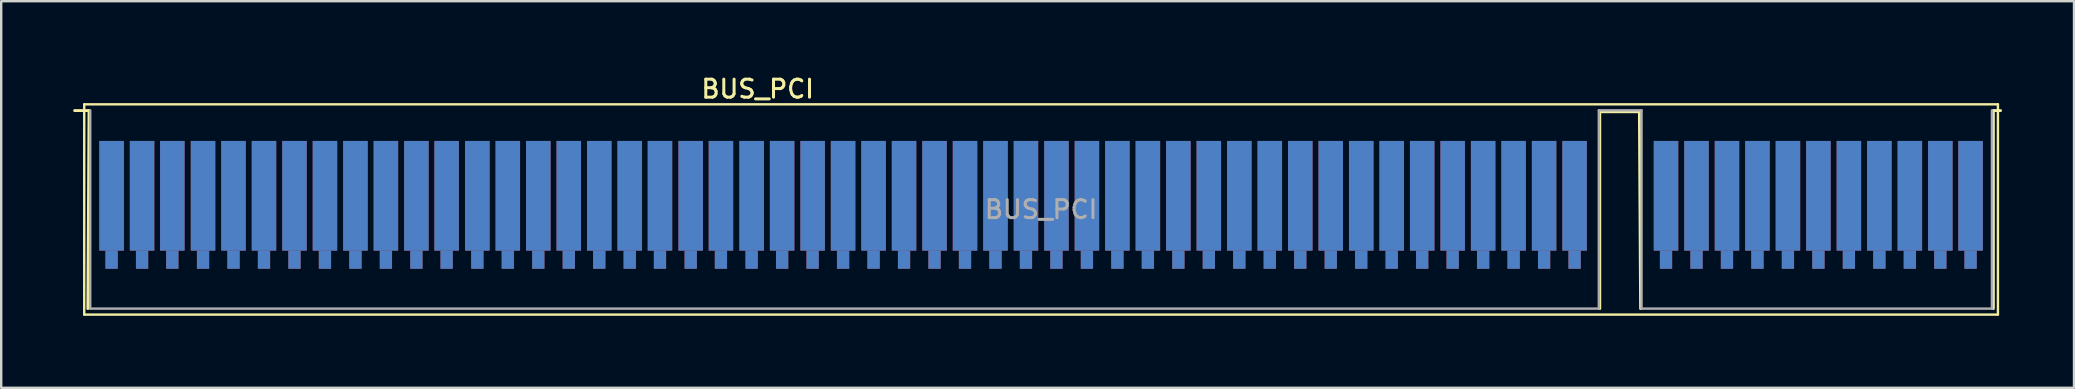
<source format=kicad_pcb>
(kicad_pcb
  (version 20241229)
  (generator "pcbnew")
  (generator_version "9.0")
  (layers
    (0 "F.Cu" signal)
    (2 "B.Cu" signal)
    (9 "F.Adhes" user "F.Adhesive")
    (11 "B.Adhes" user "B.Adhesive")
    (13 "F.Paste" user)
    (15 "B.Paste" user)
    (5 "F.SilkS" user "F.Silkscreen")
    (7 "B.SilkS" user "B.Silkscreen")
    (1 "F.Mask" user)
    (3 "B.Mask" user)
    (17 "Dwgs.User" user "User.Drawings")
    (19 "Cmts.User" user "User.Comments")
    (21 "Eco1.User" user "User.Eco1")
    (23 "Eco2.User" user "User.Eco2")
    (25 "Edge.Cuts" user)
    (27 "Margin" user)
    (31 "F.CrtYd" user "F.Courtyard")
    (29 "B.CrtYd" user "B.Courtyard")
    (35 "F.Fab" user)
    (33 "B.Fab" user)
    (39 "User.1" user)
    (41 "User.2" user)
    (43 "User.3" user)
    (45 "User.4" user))
  (footprint "BUS_PCI"
    (layer "F.Cu")
    (at 40.33 6.438)
    (property "Reference" "BUS_PCI" (at -11.81 -5.78 0) (layer "F.SilkS") (effects (font (size 0.75 0.75) (thickness 0.125))))
    (attr exclude_from_pos_files exclude_from_bom)
    (fp_line (start -40.27 -4.88) (end -39.67 -4.88) (stroke (width 0.12) (type solid)) (layer "F.SilkS"))
    (fp_line (start -39.87 -5.14) (end -39.87 3.62) (stroke (width 0.1) (type solid)) (layer "F.SilkS"))
    (fp_line (start -39.87 -5.14) (end 39.87 -5.14) (stroke (width 0.1) (type solid)) (layer "F.SilkS"))
    (fp_line (start -39.67 -4.88) (end -39.72 3.37) (stroke (width 0.12) (type solid)) (layer "F.SilkS"))
    (fp_line (start 23.28 -4.83) (end 24.93 -4.83) (stroke (width 0.12) (type solid)) (layer "F.SilkS"))
    (fp_line (start 23.28 3.37) (end 23.28 -4.83) (stroke (width 0.12) (type solid)) (layer "F.SilkS"))
    (fp_line (start 24.93 -4.83) (end 24.98 3.37) (stroke (width 0.12) (type solid)) (layer "F.SilkS"))
    (fp_line (start 39.68 -4.88) (end 39.98 -4.88) (stroke (width 0.12) (type solid)) (layer "F.SilkS"))
    (fp_line (start 39.68 3.37) (end 39.68 -4.88) (stroke (width 0.12) (type solid)) (layer "F.SilkS"))
    (fp_line (start 39.87 3.62) (end -39.87 3.62) (stroke (width 0.1) (type solid)) (layer "F.SilkS"))
    (fp_line (start 39.87 3.62) (end 39.87 -5.14) (stroke (width 0.1) (type solid)) (layer "F.SilkS"))
    (fp_line (start -39.62 -4.89) (end -39.62 3.37) (stroke (width 0.1) (type solid)) (layer "F.Fab"))
    (fp_line (start -39.62 3.37) (end 23.24 3.37) (stroke (width 0.1) (type solid)) (layer "F.Fab"))
    (fp_line (start 23.24 -4.89) (end 25.02 -4.89) (stroke (width 0.1) (type solid)) (layer "F.Fab"))
    (fp_line (start 23.24 3.37) (end 23.24 -4.89) (stroke (width 0.1) (type solid)) (layer "F.Fab"))
    (fp_line (start 25.02 -4.89) (end 25.02 3.37) (stroke (width 0.1) (type solid)) (layer "F.Fab"))
    (fp_line (start 25.02 3.37) (end 39.62 3.37) (stroke (width 0.1) (type solid)) (layer "F.Fab"))
    (fp_line (start 39.62 3.37) (end 39.62 -4.89) (stroke (width 0.1) (type solid)) (layer "F.Fab"))
    (fp_text user "${REFERENCE}" (at 0 -0.76 0) (layer "F.Fab") (effects (font (size 0.75 0.75) (thickness 0.125))))
    (pad "A1" connect rect (at -38.73 -1.33) (size 1.02 4.57) (layers "B.Cu" "B.Mask"))
    (pad "A1" connect rect (at -38.73 1.33) (size 0.51 0.76) (layers "B.Cu" "B.Mask"))
    (pad "A2" connect rect (at -37.46 -1.33) (size 1.02 4.57) (layers "B.Cu" "B.Mask"))
    (pad "A2" connect rect (at -37.46 1.33) (size 0.51 0.76) (layers "B.Cu" "B.Mask"))
    (pad "A3" connect rect (at -36.2 -1.33) (size 1.02 4.57) (layers "B.Cu" "B.Mask"))
    (pad "A3" connect rect (at -36.2 1.33) (size 0.51 0.76) (layers "B.Cu" "B.Mask"))
    (pad "A4" connect rect (at -34.92 -1.33) (size 1.02 4.57) (layers "B.Cu" "B.Mask"))
    (pad "A4" connect rect (at -34.92 1.33) (size 0.51 0.76) (layers "B.Cu" "B.Mask"))
    (pad "A5" connect rect (at -33.65 -1.33) (size 1.02 4.57) (layers "B.Cu" "B.Mask"))
    (pad "A5" connect rect (at -33.65 1.33) (size 0.51 0.76) (layers "B.Cu" "B.Mask"))
    (pad "A6" connect rect (at -32.38 -1.33) (size 1.02 4.57) (layers "B.Cu" "B.Mask"))
    (pad "A6" connect rect (at -32.38 1.33) (size 0.51 0.76) (layers "B.Cu" "B.Mask"))
    (pad "A7" connect rect (at -31.11 -1.33) (size 1.02 4.57) (layers "B.Cu" "B.Mask"))
    (pad "A7" connect rect (at -31.11 1.33) (size 0.51 0.76) (layers "B.Cu" "B.Mask"))
    (pad "A8" connect rect (at -29.84 -1.33) (size 1.02 4.57) (layers "B.Cu" "B.Mask"))
    (pad "A8" connect rect (at -29.84 1.33) (size 0.51 0.76) (layers "B.Cu" "B.Mask"))
    (pad "A9" connect rect (at -28.57 -1.33) (size 1.02 4.57) (layers "B.Cu" "B.Mask"))
    (pad "A9" connect rect (at -28.57 1.33) (size 0.51 0.76) (layers "B.Cu" "B.Mask"))
    (pad "A10" connect rect (at -27.3 -1.33) (size 1.02 4.57) (layers "B.Cu" "B.Mask"))
    (pad "A10" connect rect (at -27.3 1.33) (size 0.51 0.76) (layers "B.Cu" "B.Mask"))
    (pad "A11" connect rect (at -26.03 -1.33) (size 1.02 4.57) (layers "B.Cu" "B.Mask"))
    (pad "A11" connect rect (at -26.03 1.33) (size 0.51 0.76) (layers "B.Cu" "B.Mask"))
    (pad "A12" connect rect (at -24.77 -1.33) (size 1.02 4.57) (layers "B.Cu" "B.Mask"))
    (pad "A12" connect rect (at -24.77 1.33) (size 0.51 0.76) (layers "B.Cu" "B.Mask"))
    (pad "A13" connect rect (at -23.49 -1.33) (size 1.02 4.57) (layers "B.Cu" "B.Mask"))
    (pad "A13" connect rect (at -23.49 1.33) (size 0.51 0.76) (layers "B.Cu" "B.Mask"))
    (pad "A14" connect rect (at -22.22 -1.33) (size 1.02 4.57) (layers "B.Cu" "B.Mask"))
    (pad "A14" connect rect (at -22.22 1.33) (size 0.51 0.76) (layers "B.Cu" "B.Mask"))
    (pad "A15" connect rect (at -20.95 -1.33) (size 1.02 4.57) (layers "B.Cu" "B.Mask"))
    (pad "A15" connect rect (at -20.95 1.33) (size 0.51 0.76) (layers "B.Cu" "B.Mask"))
    (pad "A16" connect rect (at -19.68 -1.33) (size 1.02 4.57) (layers "B.Cu" "B.Mask"))
    (pad "A16" connect rect (at -19.68 1.33) (size 0.51 0.76) (layers "B.Cu" "B.Mask"))
    (pad "A17" connect rect (at -18.41 -1.33) (size 1.02 4.57) (layers "B.Cu" "B.Mask"))
    (pad "A17" connect rect (at -18.41 1.33) (size 0.51 0.76) (layers "B.Cu" "B.Mask"))
    (pad "A18" connect rect (at -17.14 -1.33) (size 1.02 4.57) (layers "B.Cu" "B.Mask"))
    (pad "A18" connect rect (at -17.14 1.33) (size 0.51 0.76) (layers "B.Cu" "B.Mask"))
    (pad "A19" connect rect (at -15.88 -1.33) (size 1.02 4.57) (layers "B.Cu" "B.Mask"))
    (pad "A19" connect rect (at -15.88 1.33) (size 0.51 0.76) (layers "B.Cu" "B.Mask"))
    (pad "A20" connect rect (at -14.6 -1.33) (size 1.02 4.57) (layers "B.Cu" "B.Mask"))
    (pad "A20" connect rect (at -14.6 1.33) (size 0.51 0.76) (layers "B.Cu" "B.Mask"))
    (pad "A21" connect rect (at -13.34 -1.33) (size 1.02 4.57) (layers "B.Cu" "B.Mask"))
    (pad "A21" connect rect (at -13.34 1.33) (size 0.51 0.76) (layers "B.Cu" "B.Mask"))
    (pad "A22" connect rect (at -12.06 -1.33) (size 1.02 4.57) (layers "B.Cu" "B.Mask"))
    (pad "A22" connect rect (at -12.06 1.33) (size 0.51 0.76) (layers "B.Cu" "B.Mask"))
    (pad "A23" connect rect (at -10.79 -1.33) (size 1.02 4.57) (layers "B.Cu" "B.Mask"))
    (pad "A23" connect rect (at -10.79 1.33) (size 0.51 0.76) (layers "B.Cu" "B.Mask"))
    (pad "A24" connect rect (at -9.52 -1.33) (size 1.02 4.57) (layers "B.Cu" "B.Mask"))
    (pad "A24" connect rect (at -9.52 1.33) (size 0.51 0.76) (layers "B.Cu" "B.Mask"))
    (pad "A25" connect rect (at -8.25 -1.33) (size 1.02 4.57) (layers "B.Cu" "B.Mask"))
    (pad "A25" connect rect (at -8.25 1.33) (size 0.51 0.76) (layers "B.Cu" "B.Mask"))
    (pad "A26" connect rect (at -6.98 -1.33) (size 1.02 4.57) (layers "B.Cu" "B.Mask"))
    (pad "A26" connect rect (at -6.98 1.33) (size 0.51 0.76) (layers "B.Cu" "B.Mask"))
    (pad "A27" connect rect (at -5.71 -1.33) (size 1.02 4.57) (layers "B.Cu" "B.Mask"))
    (pad "A27" connect rect (at -5.71 1.33) (size 0.51 0.76) (layers "B.Cu" "B.Mask"))
    (pad "A28" connect rect (at -4.44 -1.33) (size 1.02 4.57) (layers "B.Cu" "B.Mask"))
    (pad "A28" connect rect (at -4.44 1.33) (size 0.51 0.76) (layers "B.Cu" "B.Mask"))
    (pad "A29" connect rect (at -3.17 -1.33) (size 1.02 4.57) (layers "B.Cu" "B.Mask"))
    (pad "A29" connect rect (at -3.17 1.33) (size 0.51 0.76) (layers "B.Cu" "B.Mask"))
    (pad "A30" connect rect (at -1.9 -1.33) (size 1.02 4.57) (layers "B.Cu" "B.Mask"))
    (pad "A30" connect rect (at -1.9 1.33) (size 0.51 0.76) (layers "B.Cu" "B.Mask"))
    (pad "A31" connect rect (at -0.63 -1.33) (size 1.02 4.57) (layers "B.Cu" "B.Mask"))
    (pad "A31" connect rect (at -0.63 1.33) (size 0.51 0.76) (layers "B.Cu" "B.Mask"))
    (pad "A32" connect rect (at 0.64 -1.33) (size 1.02 4.57) (layers "B.Cu" "B.Mask"))
    (pad "A32" connect rect (at 0.64 1.33) (size 0.51 0.76) (layers "B.Cu" "B.Mask"))
    (pad "A33" connect rect (at 1.91 -1.33) (size 1.02 4.57) (layers "B.Cu" "B.Mask"))
    (pad "A33" connect rect (at 1.91 1.33) (size 0.51 0.76) (layers "B.Cu" "B.Mask"))
    (pad "A34" connect rect (at 3.18 -1.33) (size 1.02 4.57) (layers "B.Cu" "B.Mask"))
    (pad "A34" connect rect (at 3.18 1.33) (size 0.51 0.76) (layers "B.Cu" "B.Mask"))
    (pad "A35" connect rect (at 4.45 -1.33) (size 1.02 4.57) (layers "B.Cu" "B.Mask"))
    (pad "A35" connect rect (at 4.45 1.33) (size 0.51 0.76) (layers "B.Cu" "B.Mask"))
    (pad "A36" connect rect (at 5.72 -1.33) (size 1.02 4.57) (layers "B.Cu" "B.Mask"))
    (pad "A36" connect rect (at 5.72 1.33) (size 0.51 0.76) (layers "B.Cu" "B.Mask"))
    (pad "A37" connect rect (at 6.99 -1.33) (size 1.02 4.57) (layers "B.Cu" "B.Mask"))
    (pad "A37" connect rect (at 6.99 1.33) (size 0.51 0.76) (layers "B.Cu" "B.Mask"))
    (pad "A38" connect rect (at 8.26 -1.33) (size 1.02 4.57) (layers "B.Cu" "B.Mask"))
    (pad "A38" connect rect (at 8.26 1.33) (size 0.51 0.76) (layers "B.Cu" "B.Mask"))
    (pad "A39" connect rect (at 9.53 -1.33) (size 1.02 4.57) (layers "B.Cu" "B.Mask"))
    (pad "A39" connect rect (at 9.53 1.33) (size 0.51 0.76) (layers "B.Cu" "B.Mask"))
    (pad "A40" connect rect (at 10.8 -1.33) (size 1.02 4.57) (layers "B.Cu" "B.Mask"))
    (pad "A40" connect rect (at 10.8 1.33) (size 0.51 0.76) (layers "B.Cu" "B.Mask"))
    (pad "A41" connect rect (at 12.07 -1.33) (size 1.02 4.57) (layers "B.Cu" "B.Mask"))
    (pad "A41" connect rect (at 12.07 1.33) (size 0.51 0.76) (layers "B.Cu" "B.Mask"))
    (pad "A42" connect rect (at 13.34 -1.33) (size 1.02 4.57) (layers "B.Cu" "B.Mask"))
    (pad "A42" connect rect (at 13.34 1.33) (size 0.51 0.76) (layers "B.Cu" "B.Mask"))
    (pad "A43" connect rect (at 14.61 -1.33) (size 1.02 4.57) (layers "B.Cu" "B.Mask"))
    (pad "A43" connect rect (at 14.61 1.33) (size 0.51 0.76) (layers "B.Cu" "B.Mask"))
    (pad "A44" connect rect (at 15.88 -1.33) (size 1.02 4.57) (layers "B.Cu" "B.Mask"))
    (pad "A44" connect rect (at 15.88 1.33) (size 0.51 0.76) (layers "B.Cu" "B.Mask"))
    (pad "A45" connect rect (at 17.15 -1.33) (size 1.02 4.57) (layers "B.Cu" "B.Mask"))
    (pad "A45" connect rect (at 17.15 1.33) (size 0.51 0.76) (layers "B.Cu" "B.Mask"))
    (pad "A46" connect rect (at 18.42 -1.33) (size 1.02 4.57) (layers "B.Cu" "B.Mask"))
    (pad "A46" connect rect (at 18.42 1.33) (size 0.51 0.76) (layers "B.Cu" "B.Mask"))
    (pad "A47" connect rect (at 19.69 -1.33) (size 1.02 4.57) (layers "B.Cu" "B.Mask"))
    (pad "A47" connect rect (at 19.69 1.33) (size 0.51 0.76) (layers "B.Cu" "B.Mask"))
    (pad "A48" connect rect (at 20.96 -1.33) (size 1.02 4.57) (layers "B.Cu" "B.Mask"))
    (pad "A48" connect rect (at 20.96 1.33) (size 0.51 0.76) (layers "B.Cu" "B.Mask"))
    (pad "A49" connect rect (at 22.23 -1.33) (size 1.02 4.57) (layers "B.Cu" "B.Mask"))
    (pad "A49" connect rect (at 22.23 1.33) (size 0.51 0.76) (layers "B.Cu" "B.Mask"))
    (pad "A52" connect rect (at 26.04 -1.33) (size 1.02 4.57) (layers "B.Cu" "B.Mask"))
    (pad "A52" connect rect (at 26.04 1.33) (size 0.51 0.76) (layers "B.Cu" "B.Mask"))
    (pad "A53" connect rect (at 27.31 -1.33) (size 1.02 4.57) (layers "B.Cu" "B.Mask"))
    (pad "A53" connect rect (at 27.31 1.33) (size 0.51 0.76) (layers "B.Cu" "B.Mask"))
    (pad "A54" connect rect (at 28.58 -1.33) (size 1.02 4.57) (layers "B.Cu" "B.Mask"))
    (pad "A54" connect rect (at 28.58 1.33) (size 0.51 0.76) (layers "B.Cu" "B.Mask"))
    (pad "A55" connect rect (at 29.85 -1.33) (size 1.02 4.57) (layers "B.Cu" "B.Mask"))
    (pad "A55" connect rect (at 29.85 1.33) (size 0.51 0.76) (layers "B.Cu" "B.Mask"))
    (pad "A56" connect rect (at 31.12 -1.33) (size 1.02 4.57) (layers "B.Cu" "B.Mask"))
    (pad "A56" connect rect (at 31.12 1.33) (size 0.51 0.76) (layers "B.Cu" "B.Mask"))
    (pad "A57" connect rect (at 32.39 -1.33) (size 1.02 4.57) (layers "B.Cu" "B.Mask"))
    (pad "A57" connect rect (at 32.39 1.33) (size 0.51 0.76) (layers "B.Cu" "B.Mask"))
    (pad "A58" connect rect (at 33.66 -1.33) (size 1.02 4.57) (layers "B.Cu" "B.Mask"))
    (pad "A58" connect rect (at 33.66 1.33) (size 0.51 0.76) (layers "B.Cu" "B.Mask"))
    (pad "A59" connect rect (at 34.93 -1.33) (size 1.02 4.57) (layers "B.Cu" "B.Mask"))
    (pad "A59" connect rect (at 34.93 1.33) (size 0.51 0.76) (layers "B.Cu" "B.Mask"))
    (pad "A60" connect rect (at 36.2 -1.33) (size 1.02 4.57) (layers "B.Cu" "B.Mask"))
    (pad "A60" connect rect (at 36.2 1.33) (size 0.51 0.76) (layers "B.Cu" "B.Mask"))
    (pad "A61" connect rect (at 37.47 -1.33) (size 1.02 4.57) (layers "B.Cu" "B.Mask"))
    (pad "A61" connect rect (at 37.47 1.33) (size 0.51 0.76) (layers "B.Cu" "B.Mask"))
    (pad "A62" connect rect (at 38.73 -1.33) (size 1.02 4.57) (layers "B.Cu" "B.Mask"))
    (pad "A62" connect rect (at 38.73 1.33) (size 0.51 0.76) (layers "B.Cu" "B.Mask"))
    (pad "B1" connect rect (at -38.73 -1.33) (size 1.02 4.57) (layers "F.Cu" "F.Mask"))
    (pad "B1" connect rect (at -38.73 1.33) (size 0.51 0.76) (layers "F.Cu" "F.Mask"))
    (pad "B2" connect rect (at -37.46 -1.33) (size 1.02 4.57) (layers "F.Cu" "F.Mask"))
    (pad "B2" connect rect (at -37.46 1.33) (size 0.51 0.76) (layers "F.Cu" "F.Mask"))
    (pad "B3" connect rect (at -36.2 -1.33) (size 1.02 4.57) (layers "F.Cu" "F.Mask"))
    (pad "B3" connect rect (at -36.2 1.33) (size 0.51 0.76) (layers "F.Cu" "F.Mask"))
    (pad "B4" connect rect (at -34.92 -1.33) (size 1.02 4.57) (layers "F.Cu" "F.Mask"))
    (pad "B4" connect rect (at -34.92 1.33) (size 0.51 0.76) (layers "F.Cu" "F.Mask"))
    (pad "B5" connect rect (at -33.65 -1.33) (size 1.02 4.57) (layers "F.Cu" "F.Mask"))
    (pad "B5" connect rect (at -33.65 1.33) (size 0.51 0.76) (layers "F.Cu" "F.Mask"))
    (pad "B6" connect rect (at -32.38 -1.33) (size 1.02 4.57) (layers "F.Cu" "F.Mask"))
    (pad "B6" connect rect (at -32.38 1.33) (size 0.51 0.76) (layers "F.Cu" "F.Mask"))
    (pad "B7" connect rect (at -31.11 -1.33) (size 1.02 4.57) (layers "F.Cu" "F.Mask"))
    (pad "B7" connect rect (at -31.11 1.33) (size 0.51 0.76) (layers "F.Cu" "F.Mask"))
    (pad "B8" connect rect (at -29.84 -1.33) (size 1.02 4.57) (layers "F.Cu" "F.Mask"))
    (pad "B8" connect rect (at -29.84 1.33) (size 0.51 0.76) (layers "F.Cu" "F.Mask"))
    (pad "B9" connect rect (at -28.57 -1.33) (size 1.02 4.57) (layers "F.Cu" "F.Mask"))
    (pad "B9" connect rect (at -28.57 1.33) (size 0.51 0.76) (layers "F.Cu" "F.Mask"))
    (pad "B10" connect rect (at -27.3 -1.33) (size 1.02 4.57) (layers "F.Cu" "F.Mask"))
    (pad "B10" connect rect (at -27.3 1.33) (size 0.51 0.76) (layers "F.Cu" "F.Mask"))
    (pad "B11" connect rect (at -26.03 -1.33) (size 1.02 4.57) (layers "F.Cu" "F.Mask"))
    (pad "B11" connect rect (at -26.03 1.33) (size 0.51 0.76) (layers "F.Cu" "F.Mask"))
    (pad "B12" connect rect (at -24.77 -1.33) (size 1.02 4.57) (layers "F.Cu" "F.Mask"))
    (pad "B12" connect rect (at -24.77 1.33) (size 0.51 0.76) (layers "F.Cu" "F.Mask"))
    (pad "B13" connect rect (at -23.49 -1.33) (size 1.02 4.57) (layers "F.Cu" "F.Mask"))
    (pad "B13" connect rect (at -23.49 1.33) (size 0.51 0.76) (layers "F.Cu" "F.Mask"))
    (pad "B14" connect rect (at -22.22 -1.33) (size 1.02 4.57) (layers "F.Cu" "F.Mask"))
    (pad "B14" connect rect (at -22.22 1.33) (size 0.51 0.76) (layers "F.Cu" "F.Mask"))
    (pad "B15" connect rect (at -20.95 -1.33) (size 1.02 4.57) (layers "F.Cu" "F.Mask"))
    (pad "B15" connect rect (at -20.95 1.33) (size 0.51 0.76) (layers "F.Cu" "F.Mask"))
    (pad "B16" connect rect (at -19.68 -1.33) (size 1.02 4.57) (layers "F.Cu" "F.Mask"))
    (pad "B16" connect rect (at -19.68 1.33) (size 0.51 0.76) (layers "F.Cu" "F.Mask"))
    (pad "B17" connect rect (at -18.41 -1.33) (size 1.02 4.57) (layers "F.Cu" "F.Mask"))
    (pad "B17" connect rect (at -18.41 1.33) (size 0.51 0.76) (layers "F.Cu" "F.Mask"))
    (pad "B18" connect rect (at -17.14 -1.33) (size 1.02 4.57) (layers "F.Cu" "F.Mask"))
    (pad "B18" connect rect (at -17.14 1.33) (size 0.51 0.76) (layers "F.Cu" "F.Mask"))
    (pad "B19" connect rect (at -15.88 -1.33) (size 1.02 4.57) (layers "F.Cu" "F.Mask"))
    (pad "B19" connect rect (at -15.88 1.33) (size 0.51 0.76) (layers "F.Cu" "F.Mask"))
    (pad "B20" connect rect (at -14.6 -1.33) (size 1.02 4.57) (layers "F.Cu" "F.Mask"))
    (pad "B20" connect rect (at -14.6 1.33) (size 0.51 0.76) (layers "F.Cu" "F.Mask"))
    (pad "B21" connect rect (at -13.34 -1.33) (size 1.02 4.57) (layers "F.Cu" "F.Mask"))
    (pad "B21" connect rect (at -13.34 1.33) (size 0.51 0.76) (layers "F.Cu" "F.Mask"))
    (pad "B22" connect rect (at -12.06 -1.33) (size 1.02 4.57) (layers "F.Cu" "F.Mask"))
    (pad "B22" connect rect (at -12.06 1.33) (size 0.51 0.76) (layers "F.Cu" "F.Mask"))
    (pad "B23" connect rect (at -10.79 -1.33) (size 1.02 4.57) (layers "F.Cu" "F.Mask"))
    (pad "B23" connect rect (at -10.79 1.33) (size 0.51 0.76) (layers "F.Cu" "F.Mask"))
    (pad "B24" connect rect (at -9.52 -1.33) (size 1.02 4.57) (layers "F.Cu" "F.Mask"))
    (pad "B24" connect rect (at -9.52 1.33) (size 0.51 0.76) (layers "F.Cu" "F.Mask"))
    (pad "B25" connect rect (at -8.25 -1.33) (size 1.02 4.57) (layers "F.Cu" "F.Mask"))
    (pad "B25" connect rect (at -8.25 1.33) (size 0.51 0.76) (layers "F.Cu" "F.Mask"))
    (pad "B26" connect rect (at -6.98 -1.33) (size 1.02 4.57) (layers "F.Cu" "F.Mask"))
    (pad "B26" connect rect (at -6.98 1.33) (size 0.51 0.76) (layers "F.Cu" "F.Mask"))
    (pad "B27" connect rect (at -5.71 -1.33) (size 1.02 4.57) (layers "F.Cu" "F.Mask"))
    (pad "B27" connect rect (at -5.71 1.33) (size 0.51 0.76) (layers "F.Cu" "F.Mask"))
    (pad "B28" connect rect (at -4.44 -1.33) (size 1.02 4.57) (layers "F.Cu" "F.Mask"))
    (pad "B28" connect rect (at -4.44 1.33) (size 0.51 0.76) (layers "F.Cu" "F.Mask"))
    (pad "B29" connect rect (at -3.17 -1.33) (size 1.02 4.57) (layers "F.Cu" "F.Mask"))
    (pad "B29" connect rect (at -3.17 1.33) (size 0.51 0.76) (layers "F.Cu" "F.Mask"))
    (pad "B30" connect rect (at -1.9 -1.33) (size 1.02 4.57) (layers "F.Cu" "F.Mask"))
    (pad "B30" connect rect (at -1.9 1.33) (size 0.51 0.76) (layers "F.Cu" "F.Mask"))
    (pad "B31" connect rect (at -0.63 -1.33) (size 1.02 4.57) (layers "F.Cu" "F.Mask"))
    (pad "B31" connect rect (at -0.63 1.33) (size 0.51 0.76) (layers "F.Cu" "F.Mask"))
    (pad "B32" connect rect (at 0.64 -1.33) (size 1.02 4.57) (layers "F.Cu" "F.Mask"))
    (pad "B32" connect rect (at 0.64 1.33) (size 0.51 0.76) (layers "F.Cu" "F.Mask"))
    (pad "B33" connect rect (at 1.91 -1.33) (size 1.02 4.57) (layers "F.Cu" "F.Mask"))
    (pad "B33" connect rect (at 1.91 1.33) (size 0.51 0.76) (layers "F.Cu" "F.Mask"))
    (pad "B34" connect rect (at 3.18 -1.33) (size 1.02 4.57) (layers "F.Cu" "F.Mask"))
    (pad "B34" connect rect (at 3.18 1.33) (size 0.51 0.76) (layers "F.Cu" "F.Mask"))
    (pad "B35" connect rect (at 4.45 -1.33) (size 1.02 4.57) (layers "F.Cu" "F.Mask"))
    (pad "B35" connect rect (at 4.45 1.33) (size 0.51 0.76) (layers "F.Cu" "F.Mask"))
    (pad "B36" connect rect (at 5.72 -1.33) (size 1.02 4.57) (layers "F.Cu" "F.Mask"))
    (pad "B36" connect rect (at 5.72 1.33) (size 0.51 0.76) (layers "F.Cu" "F.Mask"))
    (pad "B37" connect rect (at 6.99 -1.33) (size 1.02 4.57) (layers "F.Cu" "F.Mask"))
    (pad "B37" connect rect (at 6.99 1.33) (size 0.51 0.76) (layers "F.Cu" "F.Mask"))
    (pad "B38" connect rect (at 8.26 -1.33) (size 1.02 4.57) (layers "F.Cu" "F.Mask"))
    (pad "B38" connect rect (at 8.26 1.33) (size 0.51 0.76) (layers "F.Cu" "F.Mask"))
    (pad "B39" connect rect (at 9.53 -1.33) (size 1.02 4.57) (layers "F.Cu" "F.Mask"))
    (pad "B39" connect rect (at 9.53 1.33) (size 0.51 0.76) (layers "F.Cu" "F.Mask"))
    (pad "B40" connect rect (at 10.8 -1.33) (size 1.02 4.57) (layers "F.Cu" "F.Mask"))
    (pad "B40" connect rect (at 10.8 1.33) (size 0.51 0.76) (layers "F.Cu" "F.Mask"))
    (pad "B41" connect rect (at 12.07 -1.33) (size 1.02 4.57) (layers "F.Cu" "F.Mask"))
    (pad "B41" connect rect (at 12.07 1.33) (size 0.51 0.76) (layers "F.Cu" "F.Mask"))
    (pad "B42" connect rect (at 13.34 -1.33) (size 1.02 4.57) (layers "F.Cu" "F.Mask"))
    (pad "B42" connect rect (at 13.34 1.33) (size 0.51 0.76) (layers "F.Cu" "F.Mask"))
    (pad "B43" connect rect (at 14.61 -1.33) (size 1.02 4.57) (layers "F.Cu" "F.Mask"))
    (pad "B43" connect rect (at 14.61 1.33) (size 0.51 0.76) (layers "F.Cu" "F.Mask"))
    (pad "B44" connect rect (at 15.88 -1.33) (size 1.02 4.57) (layers "F.Cu" "F.Mask"))
    (pad "B44" connect rect (at 15.88 1.33) (size 0.51 0.76) (layers "F.Cu" "F.Mask"))
    (pad "B45" connect rect (at 17.15 -1.33) (size 1.02 4.57) (layers "F.Cu" "F.Mask"))
    (pad "B45" connect rect (at 17.15 1.33) (size 0.51 0.76) (layers "F.Cu" "F.Mask"))
    (pad "B46" connect rect (at 18.42 -1.33) (size 1.02 4.57) (layers "F.Cu" "F.Mask"))
    (pad "B46" connect rect (at 18.42 1.33) (size 0.51 0.76) (layers "F.Cu" "F.Mask"))
    (pad "B47" connect rect (at 19.69 -1.33) (size 1.02 4.57) (layers "F.Cu" "F.Mask"))
    (pad "B47" connect rect (at 19.69 1.33) (size 0.51 0.76) (layers "F.Cu" "F.Mask"))
    (pad "B48" connect rect (at 20.96 -1.33) (size 1.02 4.57) (layers "F.Cu" "F.Mask"))
    (pad "B48" connect rect (at 20.96 1.33) (size 0.51 0.76) (layers "F.Cu" "F.Mask"))
    (pad "B49" connect rect (at 22.23 -1.33) (size 1.02 4.57) (layers "F.Cu" "F.Mask"))
    (pad "B49" connect rect (at 22.23 1.33) (size 0.51 0.76) (layers "F.Cu" "F.Mask"))
    (pad "B52" connect rect (at 26.04 -1.33) (size 1.02 4.57) (layers "F.Cu" "F.Mask"))
    (pad "B52" connect rect (at 26.04 1.33) (size 0.51 0.76) (layers "F.Cu" "F.Mask"))
    (pad "B53" connect rect (at 27.31 -1.33) (size 1.02 4.57) (layers "F.Cu" "F.Mask"))
    (pad "B53" connect rect (at 27.31 1.33) (size 0.51 0.76) (layers "F.Cu" "F.Mask"))
    (pad "B54" connect rect (at 28.58 -1.33) (size 1.02 4.57) (layers "F.Cu" "F.Mask"))
    (pad "B54" connect rect (at 28.58 1.33) (size 0.51 0.76) (layers "F.Cu" "F.Mask"))
    (pad "B55" connect rect (at 29.85 -1.33) (size 1.02 4.57) (layers "F.Cu" "F.Mask"))
    (pad "B55" connect rect (at 29.85 1.33) (size 0.51 0.76) (layers "F.Cu" "F.Mask"))
    (pad "B56" connect rect (at 31.12 -1.33) (size 1.02 4.57) (layers "F.Cu" "F.Mask"))
    (pad "B56" connect rect (at 31.12 1.33) (size 0.51 0.76) (layers "F.Cu" "F.Mask"))
    (pad "B57" connect rect (at 32.39 -1.33) (size 1.02 4.57) (layers "F.Cu" "F.Mask"))
    (pad "B57" connect rect (at 32.39 1.33) (size 0.51 0.76) (layers "F.Cu" "F.Mask"))
    (pad "B58" connect rect (at 33.66 -1.33) (size 1.02 4.57) (layers "F.Cu" "F.Mask"))
    (pad "B58" connect rect (at 33.66 1.33) (size 0.51 0.76) (layers "F.Cu" "F.Mask"))
    (pad "B59" connect rect (at 34.93 -1.33) (size 1.02 4.57) (layers "F.Cu" "F.Mask"))
    (pad "B59" connect rect (at 34.93 1.33) (size 0.51 0.76) (layers "F.Cu" "F.Mask"))
    (pad "B60" connect rect (at 36.2 -1.33) (size 1.02 4.57) (layers "F.Cu" "F.Mask"))
    (pad "B60" connect rect (at 36.2 1.33) (size 0.51 0.76) (layers "F.Cu" "F.Mask"))
    (pad "B61" connect rect (at 37.47 -1.33) (size 1.02 4.57) (layers "F.Cu" "F.Mask"))
    (pad "B61" connect rect (at 37.47 1.33) (size 0.51 0.76) (layers "F.Cu" "F.Mask"))
    (pad "B62" connect rect (at 38.73 -1.33) (size 1.02 4.57) (layers "F.Cu" "F.Mask"))
    (pad "B62" connect rect (at 38.73 1.33) (size 0.51 0.76) (layers "F.Cu" "F.Mask")))
  (gr_rect
    (start -3 -3)
    (end 83.37 13.108)
    (stroke (width 0.1) (type default))
    (fill no)
    (layer "Edge.Cuts")))
</source>
